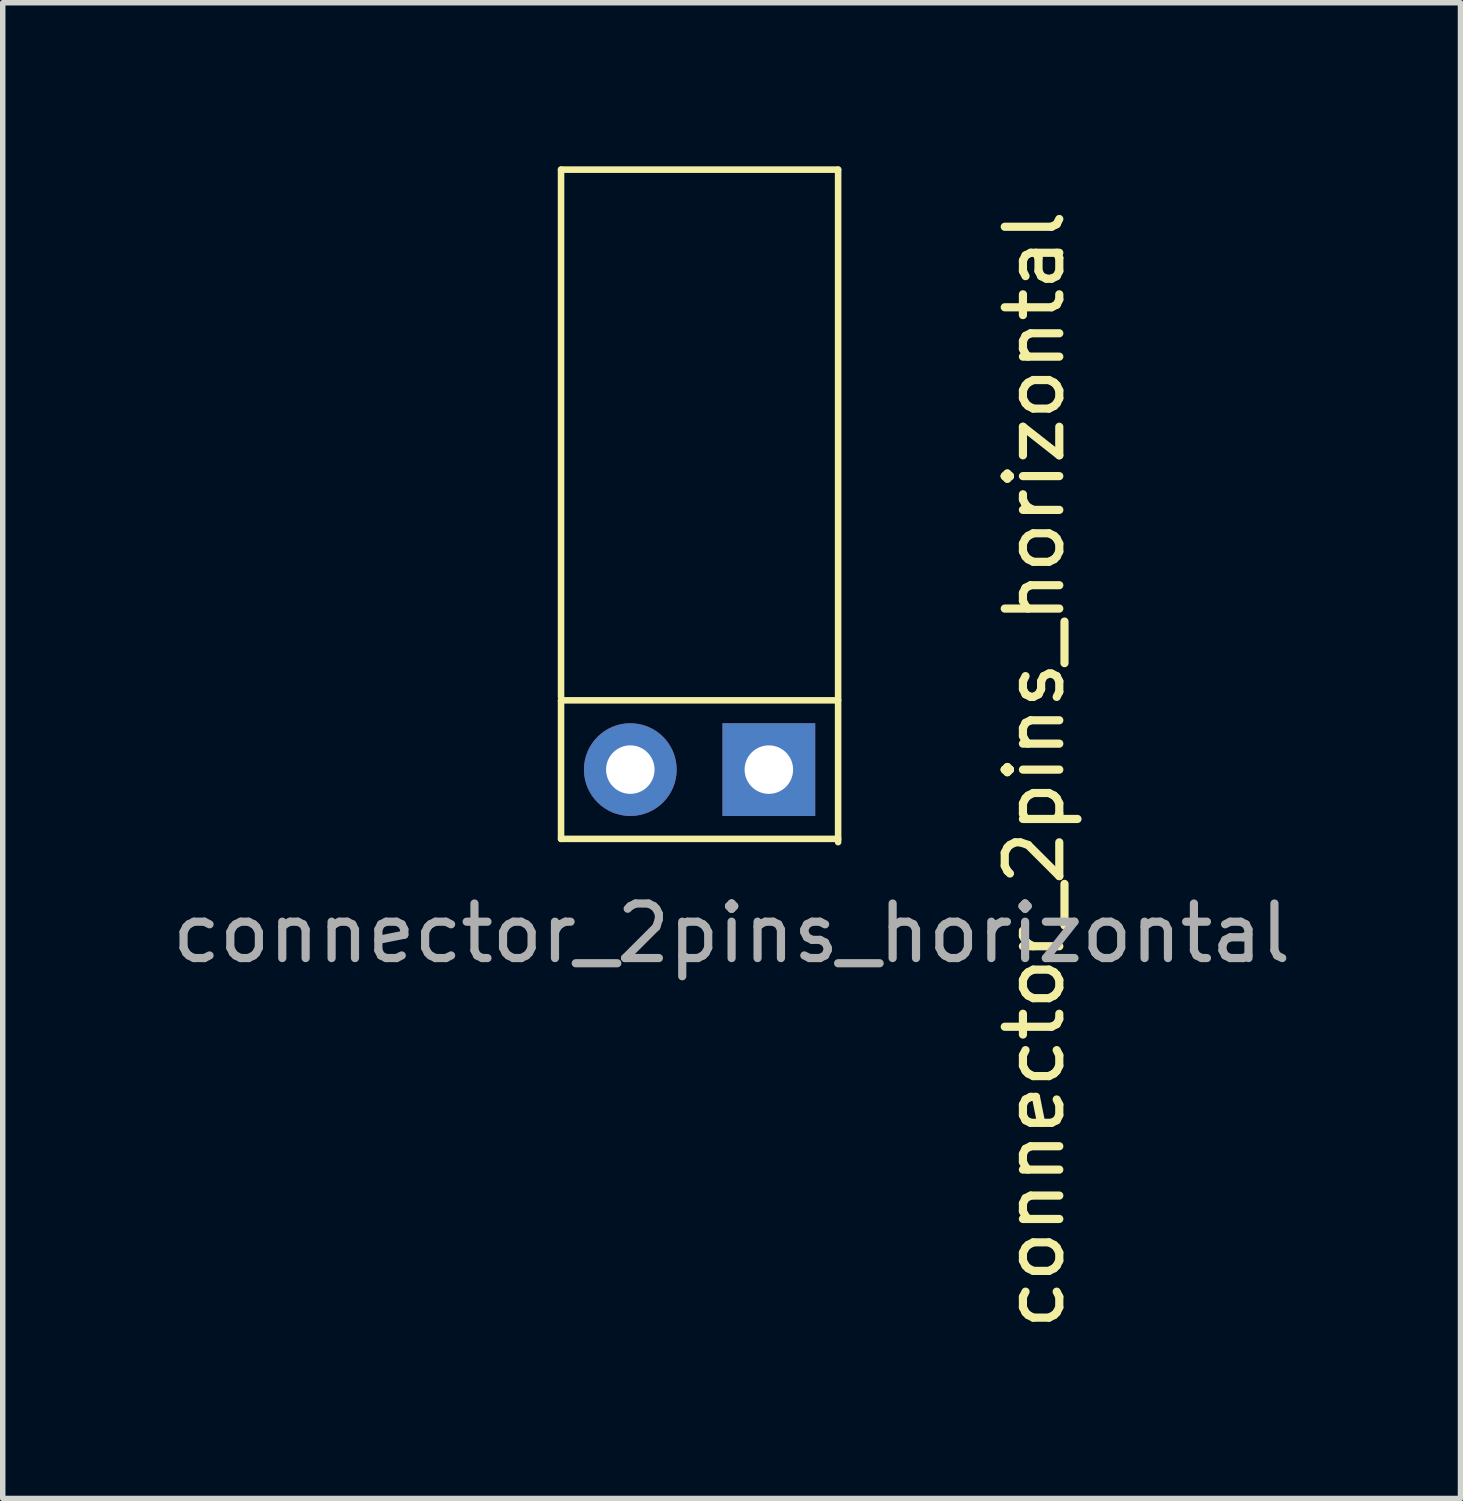
<source format=kicad_pcb>
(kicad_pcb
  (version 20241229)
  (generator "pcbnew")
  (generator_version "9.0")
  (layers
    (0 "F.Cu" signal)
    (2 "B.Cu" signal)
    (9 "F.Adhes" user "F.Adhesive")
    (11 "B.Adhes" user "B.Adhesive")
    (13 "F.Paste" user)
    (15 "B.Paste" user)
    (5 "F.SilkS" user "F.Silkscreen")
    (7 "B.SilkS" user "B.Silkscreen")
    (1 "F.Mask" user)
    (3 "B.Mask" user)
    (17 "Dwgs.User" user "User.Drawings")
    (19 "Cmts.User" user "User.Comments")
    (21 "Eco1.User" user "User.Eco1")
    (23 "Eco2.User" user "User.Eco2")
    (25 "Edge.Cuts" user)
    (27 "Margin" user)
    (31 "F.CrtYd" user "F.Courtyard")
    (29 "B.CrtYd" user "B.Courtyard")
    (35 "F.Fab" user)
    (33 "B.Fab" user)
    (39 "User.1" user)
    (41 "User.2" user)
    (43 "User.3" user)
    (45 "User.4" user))
  (footprint "connector_2pins_horizontal"
    (layer "F.Cu")
    (at 9.776 11.06)
    (property "Reference" "connector_2pins_horizontal" (at 6.14 0 270) (layer "F.SilkS") (effects (font (size 1 1) (thickness 0.15))))
    (attr through_hole)
    (fp_line (start -2.54 -11) (end -2.54 -1.33) (stroke (width 0.12) (type solid)) (layer "F.SilkS"))
    (fp_line (start -2.54 -1.27) (end -2.54 1.27) (stroke (width 0.12) (type solid)) (layer "F.SilkS"))
    (fp_line (start 2.54 -11) (end -2.54 -11) (stroke (width 0.12) (type solid)) (layer "F.SilkS"))
    (fp_line (start 2.54 -1.27) (end -2.54 -1.27) (stroke (width 0.12) (type solid)) (layer "F.SilkS"))
    (fp_line (start 2.54 1.27) (end -2.54 1.27) (stroke (width 0.12) (type solid)) (layer "F.SilkS"))
    (fp_line (start 2.54 1.33) (end 2.54 -11) (stroke (width 0.12) (type solid)) (layer "F.SilkS"))
    (fp_text user "${REFERENCE}" (at 0.587 3 0) (layer "F.Fab") (effects (font (size 1 1) (thickness 0.15))))
    (pad "1" thru_hole rect (at 1.27 0) (size 1.7 1.7) (drill 0.889) (layers "*.Cu" "*.Mask"))
    (pad "2" thru_hole oval (at -1.27 0) (size 1.7 1.7) (drill 0.889) (layers "*.Cu" "*.Mask")))
  (gr_rect
    (start -3 -3)
    (end 23.726 24.423)
    (stroke (width 0.1) (type default))
    (fill no)
    (layer "Edge.Cuts")))
</source>
